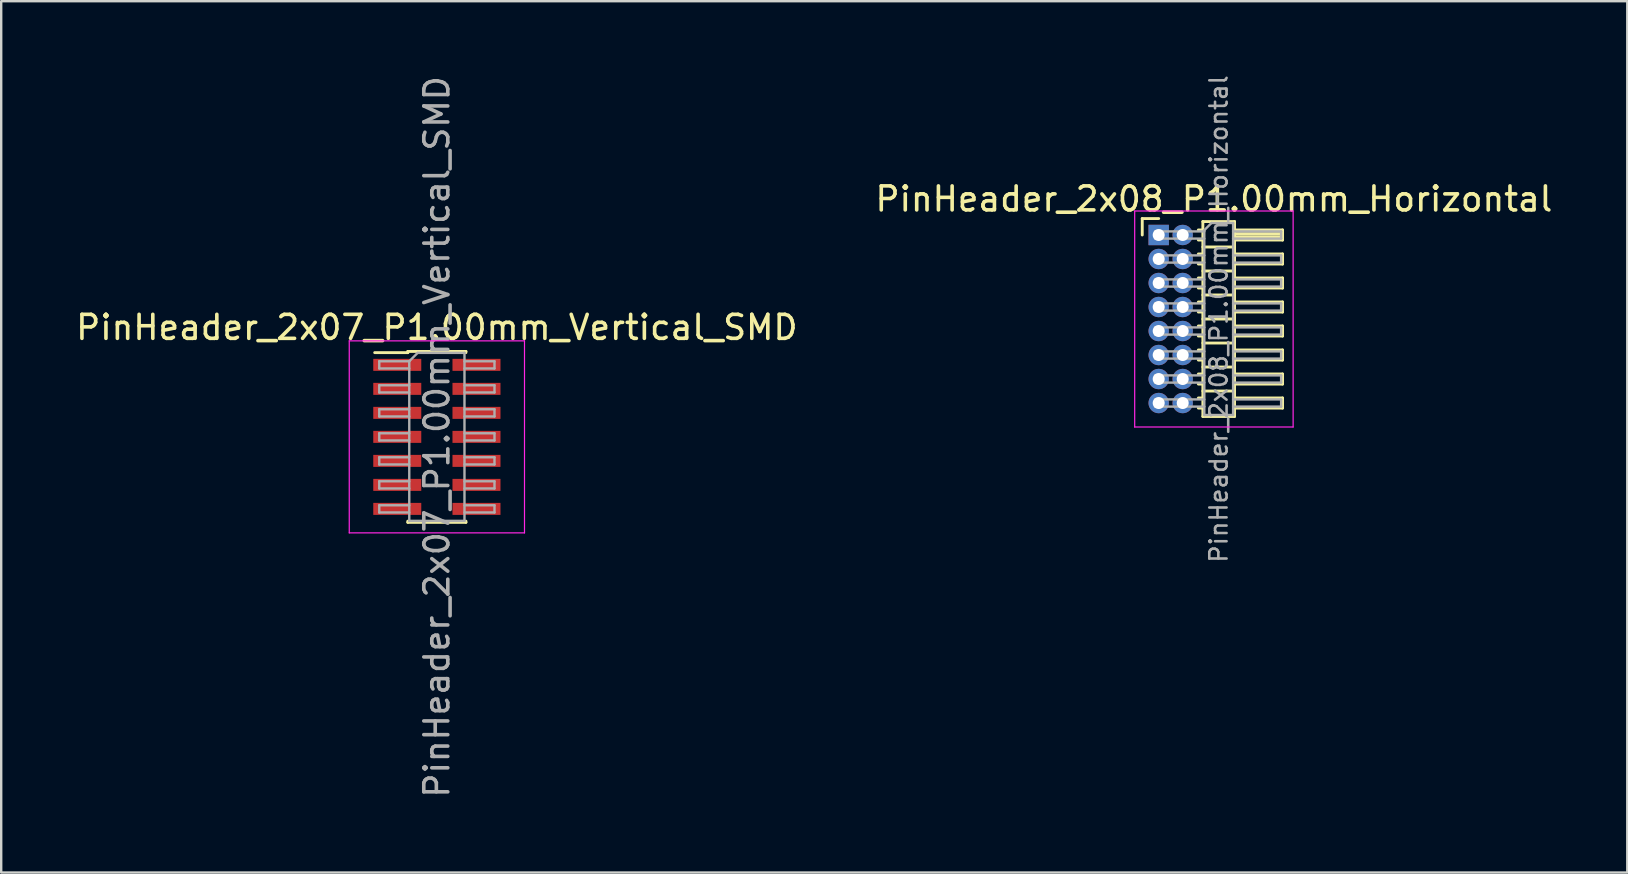
<source format=kicad_pcb>
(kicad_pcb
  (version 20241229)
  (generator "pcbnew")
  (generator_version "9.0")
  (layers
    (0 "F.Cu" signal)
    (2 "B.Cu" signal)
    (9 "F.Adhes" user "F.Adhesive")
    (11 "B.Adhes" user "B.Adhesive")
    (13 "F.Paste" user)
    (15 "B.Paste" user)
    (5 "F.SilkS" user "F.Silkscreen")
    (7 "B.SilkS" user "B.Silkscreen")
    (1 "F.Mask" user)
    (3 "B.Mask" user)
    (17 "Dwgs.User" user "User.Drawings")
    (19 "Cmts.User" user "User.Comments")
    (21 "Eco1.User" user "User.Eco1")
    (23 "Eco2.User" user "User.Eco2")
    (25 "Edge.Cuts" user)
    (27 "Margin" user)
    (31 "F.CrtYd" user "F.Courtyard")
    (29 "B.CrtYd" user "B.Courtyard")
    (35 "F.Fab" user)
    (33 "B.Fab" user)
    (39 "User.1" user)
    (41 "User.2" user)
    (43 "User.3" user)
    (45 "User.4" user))
  (footprint "PinHeader_2x07_P1.00mm_Vertical_SMD"
    (layer "F.Cu")
    (at 15.149 15.149)
    (property "Reference" "PinHeader_2x07_P1.00mm_Vertical_SMD" (at 0 -4.56 0) (layer "F.SilkS") (effects (font (size 1 1) (thickness 0.15))))
    (attr smd)
    (fp_line (start -2.59 -3.51) (end -1.21 -3.51) (stroke (width 0.12) (type solid)) (layer "F.SilkS"))
    (fp_line (start -1.21 -3.56) (end -1.21 -3.51) (stroke (width 0.12) (type solid)) (layer "F.SilkS"))
    (fp_line (start -1.21 -3.56) (end 1.21 -3.56) (stroke (width 0.12) (type solid)) (layer "F.SilkS"))
    (fp_line (start -1.21 3.51) (end -1.21 3.56) (stroke (width 0.12) (type solid)) (layer "F.SilkS"))
    (fp_line (start -1.21 3.56) (end 1.21 3.56) (stroke (width 0.12) (type solid)) (layer "F.SilkS"))
    (fp_line (start 1.21 -3.56) (end 1.21 -3.51) (stroke (width 0.12) (type solid)) (layer "F.SilkS"))
    (fp_line (start 1.21 3.51) (end 1.21 3.56) (stroke (width 0.12) (type solid)) (layer "F.SilkS"))
    (fp_line (start -3.65 -4) (end -3.65 4) (stroke (width 0.05) (type solid)) (layer "F.CrtYd"))
    (fp_line (start -3.65 4) (end 3.65 4) (stroke (width 0.05) (type solid)) (layer "F.CrtYd"))
    (fp_line (start 3.65 -4) (end -3.65 -4) (stroke (width 0.05) (type solid)) (layer "F.CrtYd"))
    (fp_line (start 3.65 4) (end 3.65 -4) (stroke (width 0.05) (type solid)) (layer "F.CrtYd"))
    (fp_line (start -2.4 -3.15) (end -2.4 -2.85) (stroke (width 0.1) (type solid)) (layer "F.Fab"))
    (fp_line (start -2.4 -2.85) (end -1.15 -2.85) (stroke (width 0.1) (type solid)) (layer "F.Fab"))
    (fp_line (start -2.4 -2.15) (end -2.4 -1.85) (stroke (width 0.1) (type solid)) (layer "F.Fab"))
    (fp_line (start -2.4 -1.85) (end -1.15 -1.85) (stroke (width 0.1) (type solid)) (layer "F.Fab"))
    (fp_line (start -2.4 -1.15) (end -2.4 -0.85) (stroke (width 0.1) (type solid)) (layer "F.Fab"))
    (fp_line (start -2.4 -0.85) (end -1.15 -0.85) (stroke (width 0.1) (type solid)) (layer "F.Fab"))
    (fp_line (start -2.4 -0.15) (end -2.4 0.15) (stroke (width 0.1) (type solid)) (layer "F.Fab"))
    (fp_line (start -2.4 0.15) (end -1.15 0.15) (stroke (width 0.1) (type solid)) (layer "F.Fab"))
    (fp_line (start -2.4 0.85) (end -2.4 1.15) (stroke (width 0.1) (type solid)) (layer "F.Fab"))
    (fp_line (start -2.4 1.15) (end -1.15 1.15) (stroke (width 0.1) (type solid)) (layer "F.Fab"))
    (fp_line (start -2.4 1.85) (end -2.4 2.15) (stroke (width 0.1) (type solid)) (layer "F.Fab"))
    (fp_line (start -2.4 2.15) (end -1.15 2.15) (stroke (width 0.1) (type solid)) (layer "F.Fab"))
    (fp_line (start -2.4 2.85) (end -2.4 3.15) (stroke (width 0.1) (type solid)) (layer "F.Fab"))
    (fp_line (start -2.4 3.15) (end -1.15 3.15) (stroke (width 0.1) (type solid)) (layer "F.Fab"))
    (fp_line (start -1.15 -3.15) (end -2.4 -3.15) (stroke (width 0.1) (type solid)) (layer "F.Fab"))
    (fp_line (start -1.15 -3.15) (end -0.8 -3.5) (stroke (width 0.1) (type solid)) (layer "F.Fab"))
    (fp_line (start -1.15 -2.15) (end -2.4 -2.15) (stroke (width 0.1) (type solid)) (layer "F.Fab"))
    (fp_line (start -1.15 -1.15) (end -2.4 -1.15) (stroke (width 0.1) (type solid)) (layer "F.Fab"))
    (fp_line (start -1.15 -0.15) (end -2.4 -0.15) (stroke (width 0.1) (type solid)) (layer "F.Fab"))
    (fp_line (start -1.15 0.85) (end -2.4 0.85) (stroke (width 0.1) (type solid)) (layer "F.Fab"))
    (fp_line (start -1.15 1.85) (end -2.4 1.85) (stroke (width 0.1) (type solid)) (layer "F.Fab"))
    (fp_line (start -1.15 2.85) (end -2.4 2.85) (stroke (width 0.1) (type solid)) (layer "F.Fab"))
    (fp_line (start -1.15 3.5) (end -1.15 -3.15) (stroke (width 0.1) (type solid)) (layer "F.Fab"))
    (fp_line (start -0.8 -3.5) (end 1.15 -3.5) (stroke (width 0.1) (type solid)) (layer "F.Fab"))
    (fp_line (start 1.15 -3.5) (end 1.15 3.5) (stroke (width 0.1) (type solid)) (layer "F.Fab"))
    (fp_line (start 1.15 -3.15) (end 2.4 -3.15) (stroke (width 0.1) (type solid)) (layer "F.Fab"))
    (fp_line (start 1.15 -2.15) (end 2.4 -2.15) (stroke (width 0.1) (type solid)) (layer "F.Fab"))
    (fp_line (start 1.15 -1.15) (end 2.4 -1.15) (stroke (width 0.1) (type solid)) (layer "F.Fab"))
    (fp_line (start 1.15 -0.15) (end 2.4 -0.15) (stroke (width 0.1) (type solid)) (layer "F.Fab"))
    (fp_line (start 1.15 0.85) (end 2.4 0.85) (stroke (width 0.1) (type solid)) (layer "F.Fab"))
    (fp_line (start 1.15 1.85) (end 2.4 1.85) (stroke (width 0.1) (type solid)) (layer "F.Fab"))
    (fp_line (start 1.15 2.85) (end 2.4 2.85) (stroke (width 0.1) (type solid)) (layer "F.Fab"))
    (fp_line (start 1.15 3.5) (end -1.15 3.5) (stroke (width 0.1) (type solid)) (layer "F.Fab"))
    (fp_line (start 2.4 -3.15) (end 2.4 -2.85) (stroke (width 0.1) (type solid)) (layer "F.Fab"))
    (fp_line (start 2.4 -2.85) (end 1.15 -2.85) (stroke (width 0.1) (type solid)) (layer "F.Fab"))
    (fp_line (start 2.4 -2.15) (end 2.4 -1.85) (stroke (width 0.1) (type solid)) (layer "F.Fab"))
    (fp_line (start 2.4 -1.85) (end 1.15 -1.85) (stroke (width 0.1) (type solid)) (layer "F.Fab"))
    (fp_line (start 2.4 -1.15) (end 2.4 -0.85) (stroke (width 0.1) (type solid)) (layer "F.Fab"))
    (fp_line (start 2.4 -0.85) (end 1.15 -0.85) (stroke (width 0.1) (type solid)) (layer "F.Fab"))
    (fp_line (start 2.4 -0.15) (end 2.4 0.15) (stroke (width 0.1) (type solid)) (layer "F.Fab"))
    (fp_line (start 2.4 0.15) (end 1.15 0.15) (stroke (width 0.1) (type solid)) (layer "F.Fab"))
    (fp_line (start 2.4 0.85) (end 2.4 1.15) (stroke (width 0.1) (type solid)) (layer "F.Fab"))
    (fp_line (start 2.4 1.15) (end 1.15 1.15) (stroke (width 0.1) (type solid)) (layer "F.Fab"))
    (fp_line (start 2.4 1.85) (end 2.4 2.15) (stroke (width 0.1) (type solid)) (layer "F.Fab"))
    (fp_line (start 2.4 2.15) (end 1.15 2.15) (stroke (width 0.1) (type solid)) (layer "F.Fab"))
    (fp_line (start 2.4 2.85) (end 2.4 3.15) (stroke (width 0.1) (type solid)) (layer "F.Fab"))
    (fp_line (start 2.4 3.15) (end 1.15 3.15) (stroke (width 0.1) (type solid)) (layer "F.Fab"))
    (fp_text user "${REFERENCE}" (at 0 0 90) (layer "F.Fab") (effects (font (size 1 1) (thickness 0.15))))
    (pad "1" smd rect (at -1.65 -3) (size 2 0.5) (layers "F.Cu" "F.Mask" "F.Paste"))
    (pad "2" smd rect (at 1.65 -3) (size 2 0.5) (layers "F.Cu" "F.Mask" "F.Paste"))
    (pad "3" smd rect (at -1.65 -2) (size 2 0.5) (layers "F.Cu" "F.Mask" "F.Paste"))
    (pad "4" smd rect (at 1.65 -2) (size 2 0.5) (layers "F.Cu" "F.Mask" "F.Paste"))
    (pad "5" smd rect (at -1.65 -1) (size 2 0.5) (layers "F.Cu" "F.Mask" "F.Paste"))
    (pad "6" smd rect (at 1.65 -1) (size 2 0.5) (layers "F.Cu" "F.Mask" "F.Paste"))
    (pad "7" smd rect (at -1.65 0) (size 2 0.5) (layers "F.Cu" "F.Mask" "F.Paste"))
    (pad "8" smd rect (at 1.65 0) (size 2 0.5) (layers "F.Cu" "F.Mask" "F.Paste"))
    (pad "9" smd rect (at -1.65 1) (size 2 0.5) (layers "F.Cu" "F.Mask" "F.Paste"))
    (pad "10" smd rect (at 1.65 1) (size 2 0.5) (layers "F.Cu" "F.Mask" "F.Paste"))
    (pad "11" smd rect (at -1.65 2) (size 2 0.5) (layers "F.Cu" "F.Mask" "F.Paste"))
    (pad "12" smd rect (at 1.65 2) (size 2 0.5) (layers "F.Cu" "F.Mask" "F.Paste"))
    (pad "13" smd rect (at -1.65 3) (size 2 0.5) (layers "F.Cu" "F.Mask" "F.Paste"))
    (pad "14" smd rect (at 1.65 3) (size 2 0.5) (layers "F.Cu" "F.Mask" "F.Paste")))
  (footprint "PinHeader_2x08_P1.00mm_Horizontal"
    (layer "F.Cu")
    (at 45.218 6.739)
    (property "Reference" "PinHeader_2x08_P1.00mm_Horizontal" (at 2.3 -1.5 0) (layer "F.SilkS") (effects (font (size 1 1) (thickness 0.15))))
    (attr through_hole)
    (fp_line (start -0.685 -0.685) (end 0 -0.685) (stroke (width 0.12) (type solid)) (layer "F.SilkS"))
    (fp_line (start -0.685 0) (end -0.685 -0.685) (stroke (width 0.12) (type solid)) (layer "F.SilkS"))
    (fp_line (start 1.652 -0.21) (end 1.84 -0.21) (stroke (width 0.12) (type solid)) (layer "F.SilkS"))
    (fp_line (start 1.652 0.21) (end 1.84 0.21) (stroke (width 0.12) (type solid)) (layer "F.SilkS"))
    (fp_line (start 1.652 0.79) (end 1.84 0.79) (stroke (width 0.12) (type solid)) (layer "F.SilkS"))
    (fp_line (start 1.652 1.21) (end 1.84 1.21) (stroke (width 0.12) (type solid)) (layer "F.SilkS"))
    (fp_line (start 1.652 1.79) (end 1.84 1.79) (stroke (width 0.12) (type solid)) (layer "F.SilkS"))
    (fp_line (start 1.652 2.21) (end 1.84 2.21) (stroke (width 0.12) (type solid)) (layer "F.SilkS"))
    (fp_line (start 1.652 2.79) (end 1.84 2.79) (stroke (width 0.12) (type solid)) (layer "F.SilkS"))
    (fp_line (start 1.652 3.21) (end 1.84 3.21) (stroke (width 0.12) (type solid)) (layer "F.SilkS"))
    (fp_line (start 1.652 3.79) (end 1.84 3.79) (stroke (width 0.12) (type solid)) (layer "F.SilkS"))
    (fp_line (start 1.652 4.21) (end 1.84 4.21) (stroke (width 0.12) (type solid)) (layer "F.SilkS"))
    (fp_line (start 1.652 4.79) (end 1.84 4.79) (stroke (width 0.12) (type solid)) (layer "F.SilkS"))
    (fp_line (start 1.652 5.21) (end 1.84 5.21) (stroke (width 0.12) (type solid)) (layer "F.SilkS"))
    (fp_line (start 1.652 5.79) (end 1.84 5.79) (stroke (width 0.12) (type solid)) (layer "F.SilkS"))
    (fp_line (start 1.652 6.21) (end 1.84 6.21) (stroke (width 0.12) (type solid)) (layer "F.SilkS"))
    (fp_line (start 1.652 6.79) (end 1.84 6.79) (stroke (width 0.12) (type solid)) (layer "F.SilkS"))
    (fp_line (start 1.652 7.21) (end 1.84 7.21) (stroke (width 0.12) (type solid)) (layer "F.SilkS"))
    (fp_line (start 1.84 -0.56) (end 1.84 7.56) (stroke (width 0.12) (type solid)) (layer "F.SilkS"))
    (fp_line (start 1.84 0.5) (end 3.16 0.5) (stroke (width 0.12) (type solid)) (layer "F.SilkS"))
    (fp_line (start 1.84 1.5) (end 3.16 1.5) (stroke (width 0.12) (type solid)) (layer "F.SilkS"))
    (fp_line (start 1.84 2.5) (end 3.16 2.5) (stroke (width 0.12) (type solid)) (layer "F.SilkS"))
    (fp_line (start 1.84 3.5) (end 3.16 3.5) (stroke (width 0.12) (type solid)) (layer "F.SilkS"))
    (fp_line (start 1.84 4.5) (end 3.16 4.5) (stroke (width 0.12) (type solid)) (layer "F.SilkS"))
    (fp_line (start 1.84 5.5) (end 3.16 5.5) (stroke (width 0.12) (type solid)) (layer "F.SilkS"))
    (fp_line (start 1.84 6.5) (end 3.16 6.5) (stroke (width 0.12) (type solid)) (layer "F.SilkS"))
    (fp_line (start 1.84 7.56) (end 3.16 7.56) (stroke (width 0.12) (type solid)) (layer "F.SilkS"))
    (fp_line (start 3.16 -0.56) (end 1.84 -0.56) (stroke (width 0.12) (type solid)) (layer "F.SilkS"))
    (fp_line (start 3.16 -0.21) (end 5.16 -0.21) (stroke (width 0.12) (type solid)) (layer "F.SilkS"))
    (fp_line (start 3.16 -0.15) (end 5.16 -0.15) (stroke (width 0.12) (type solid)) (layer "F.SilkS"))
    (fp_line (start 3.16 -0.03) (end 5.16 -0.03) (stroke (width 0.12) (type solid)) (layer "F.SilkS"))
    (fp_line (start 3.16 0.09) (end 5.16 0.09) (stroke (width 0.12) (type solid)) (layer "F.SilkS"))
    (fp_line (start 3.16 0.79) (end 5.16 0.79) (stroke (width 0.12) (type solid)) (layer "F.SilkS"))
    (fp_line (start 3.16 1.79) (end 5.16 1.79) (stroke (width 0.12) (type solid)) (layer "F.SilkS"))
    (fp_line (start 3.16 2.79) (end 5.16 2.79) (stroke (width 0.12) (type solid)) (layer "F.SilkS"))
    (fp_line (start 3.16 3.79) (end 5.16 3.79) (stroke (width 0.12) (type solid)) (layer "F.SilkS"))
    (fp_line (start 3.16 4.79) (end 5.16 4.79) (stroke (width 0.12) (type solid)) (layer "F.SilkS"))
    (fp_line (start 3.16 5.79) (end 5.16 5.79) (stroke (width 0.12) (type solid)) (layer "F.SilkS"))
    (fp_line (start 3.16 6.79) (end 5.16 6.79) (stroke (width 0.12) (type solid)) (layer "F.SilkS"))
    (fp_line (start 3.16 7.56) (end 3.16 -0.56) (stroke (width 0.12) (type solid)) (layer "F.SilkS"))
    (fp_line (start 5.16 -0.21) (end 5.16 0.21) (stroke (width 0.12) (type solid)) (layer "F.SilkS"))
    (fp_line (start 5.16 0.21) (end 3.16 0.21) (stroke (width 0.12) (type solid)) (layer "F.SilkS"))
    (fp_line (start 5.16 0.79) (end 5.16 1.21) (stroke (width 0.12) (type solid)) (layer "F.SilkS"))
    (fp_line (start 5.16 1.21) (end 3.16 1.21) (stroke (width 0.12) (type solid)) (layer "F.SilkS"))
    (fp_line (start 5.16 1.79) (end 5.16 2.21) (stroke (width 0.12) (type solid)) (layer "F.SilkS"))
    (fp_line (start 5.16 2.21) (end 3.16 2.21) (stroke (width 0.12) (type solid)) (layer "F.SilkS"))
    (fp_line (start 5.16 2.79) (end 5.16 3.21) (stroke (width 0.12) (type solid)) (layer "F.SilkS"))
    (fp_line (start 5.16 3.21) (end 3.16 3.21) (stroke (width 0.12) (type solid)) (layer "F.SilkS"))
    (fp_line (start 5.16 3.79) (end 5.16 4.21) (stroke (width 0.12) (type solid)) (layer "F.SilkS"))
    (fp_line (start 5.16 4.21) (end 3.16 4.21) (stroke (width 0.12) (type solid)) (layer "F.SilkS"))
    (fp_line (start 5.16 4.79) (end 5.16 5.21) (stroke (width 0.12) (type solid)) (layer "F.SilkS"))
    (fp_line (start 5.16 5.21) (end 3.16 5.21) (stroke (width 0.12) (type solid)) (layer "F.SilkS"))
    (fp_line (start 5.16 5.79) (end 5.16 6.21) (stroke (width 0.12) (type solid)) (layer "F.SilkS"))
    (fp_line (start 5.16 6.21) (end 3.16 6.21) (stroke (width 0.12) (type solid)) (layer "F.SilkS"))
    (fp_line (start 5.16 6.79) (end 5.16 7.21) (stroke (width 0.12) (type solid)) (layer "F.SilkS"))
    (fp_line (start 5.16 7.21) (end 3.16 7.21) (stroke (width 0.12) (type solid)) (layer "F.SilkS"))
    (fp_line (start -1 -1) (end -1 8) (stroke (width 0.05) (type solid)) (layer "F.CrtYd"))
    (fp_line (start -1 8) (end 5.6 8) (stroke (width 0.05) (type solid)) (layer "F.CrtYd"))
    (fp_line (start 5.6 -1) (end -1 -1) (stroke (width 0.05) (type solid)) (layer "F.CrtYd"))
    (fp_line (start 5.6 8) (end 5.6 -1) (stroke (width 0.05) (type solid)) (layer "F.CrtYd"))
    (fp_line (start -0.15 -0.15) (end -0.15 0.15) (stroke (width 0.1) (type solid)) (layer "F.Fab"))
    (fp_line (start -0.15 -0.15) (end 1.9 -0.15) (stroke (width 0.1) (type solid)) (layer "F.Fab"))
    (fp_line (start -0.15 0.15) (end 1.9 0.15) (stroke (width 0.1) (type solid)) (layer "F.Fab"))
    (fp_line (start -0.15 0.85) (end -0.15 1.15) (stroke (width 0.1) (type solid)) (layer "F.Fab"))
    (fp_line (start -0.15 0.85) (end 1.9 0.85) (stroke (width 0.1) (type solid)) (layer "F.Fab"))
    (fp_line (start -0.15 1.15) (end 1.9 1.15) (stroke (width 0.1) (type solid)) (layer "F.Fab"))
    (fp_line (start -0.15 1.85) (end -0.15 2.15) (stroke (width 0.1) (type solid)) (layer "F.Fab"))
    (fp_line (start -0.15 1.85) (end 1.9 1.85) (stroke (width 0.1) (type solid)) (layer "F.Fab"))
    (fp_line (start -0.15 2.15) (end 1.9 2.15) (stroke (width 0.1) (type solid)) (layer "F.Fab"))
    (fp_line (start -0.15 2.85) (end -0.15 3.15) (stroke (width 0.1) (type solid)) (layer "F.Fab"))
    (fp_line (start -0.15 2.85) (end 1.9 2.85) (stroke (width 0.1) (type solid)) (layer "F.Fab"))
    (fp_line (start -0.15 3.15) (end 1.9 3.15) (stroke (width 0.1) (type solid)) (layer "F.Fab"))
    (fp_line (start -0.15 3.85) (end -0.15 4.15) (stroke (width 0.1) (type solid)) (layer "F.Fab"))
    (fp_line (start -0.15 3.85) (end 1.9 3.85) (stroke (width 0.1) (type solid)) (layer "F.Fab"))
    (fp_line (start -0.15 4.15) (end 1.9 4.15) (stroke (width 0.1) (type solid)) (layer "F.Fab"))
    (fp_line (start -0.15 4.85) (end -0.15 5.15) (stroke (width 0.1) (type solid)) (layer "F.Fab"))
    (fp_line (start -0.15 4.85) (end 1.9 4.85) (stroke (width 0.1) (type solid)) (layer "F.Fab"))
    (fp_line (start -0.15 5.15) (end 1.9 5.15) (stroke (width 0.1) (type solid)) (layer "F.Fab"))
    (fp_line (start -0.15 5.85) (end -0.15 6.15) (stroke (width 0.1) (type solid)) (layer "F.Fab"))
    (fp_line (start -0.15 5.85) (end 1.9 5.85) (stroke (width 0.1) (type solid)) (layer "F.Fab"))
    (fp_line (start -0.15 6.15) (end 1.9 6.15) (stroke (width 0.1) (type solid)) (layer "F.Fab"))
    (fp_line (start -0.15 6.85) (end -0.15 7.15) (stroke (width 0.1) (type solid)) (layer "F.Fab"))
    (fp_line (start -0.15 6.85) (end 1.9 6.85) (stroke (width 0.1) (type solid)) (layer "F.Fab"))
    (fp_line (start -0.15 7.15) (end 1.9 7.15) (stroke (width 0.1) (type solid)) (layer "F.Fab"))
    (fp_line (start 1.9 -0.2) (end 2.2 -0.5) (stroke (width 0.1) (type solid)) (layer "F.Fab"))
    (fp_line (start 1.9 7.5) (end 1.9 -0.2) (stroke (width 0.1) (type solid)) (layer "F.Fab"))
    (fp_line (start 2.2 -0.5) (end 3.1 -0.5) (stroke (width 0.1) (type solid)) (layer "F.Fab"))
    (fp_line (start 3.1 -0.5) (end 3.1 7.5) (stroke (width 0.1) (type solid)) (layer "F.Fab"))
    (fp_line (start 3.1 -0.15) (end 5.1 -0.15) (stroke (width 0.1) (type solid)) (layer "F.Fab"))
    (fp_line (start 3.1 0.15) (end 5.1 0.15) (stroke (width 0.1) (type solid)) (layer "F.Fab"))
    (fp_line (start 3.1 0.85) (end 5.1 0.85) (stroke (width 0.1) (type solid)) (layer "F.Fab"))
    (fp_line (start 3.1 1.15) (end 5.1 1.15) (stroke (width 0.1) (type solid)) (layer "F.Fab"))
    (fp_line (start 3.1 1.85) (end 5.1 1.85) (stroke (width 0.1) (type solid)) (layer "F.Fab"))
    (fp_line (start 3.1 2.15) (end 5.1 2.15) (stroke (width 0.1) (type solid)) (layer "F.Fab"))
    (fp_line (start 3.1 2.85) (end 5.1 2.85) (stroke (width 0.1) (type solid)) (layer "F.Fab"))
    (fp_line (start 3.1 3.15) (end 5.1 3.15) (stroke (width 0.1) (type solid)) (layer "F.Fab"))
    (fp_line (start 3.1 3.85) (end 5.1 3.85) (stroke (width 0.1) (type solid)) (layer "F.Fab"))
    (fp_line (start 3.1 4.15) (end 5.1 4.15) (stroke (width 0.1) (type solid)) (layer "F.Fab"))
    (fp_line (start 3.1 4.85) (end 5.1 4.85) (stroke (width 0.1) (type solid)) (layer "F.Fab"))
    (fp_line (start 3.1 5.15) (end 5.1 5.15) (stroke (width 0.1) (type solid)) (layer "F.Fab"))
    (fp_line (start 3.1 5.85) (end 5.1 5.85) (stroke (width 0.1) (type solid)) (layer "F.Fab"))
    (fp_line (start 3.1 6.15) (end 5.1 6.15) (stroke (width 0.1) (type solid)) (layer "F.Fab"))
    (fp_line (start 3.1 6.85) (end 5.1 6.85) (stroke (width 0.1) (type solid)) (layer "F.Fab"))
    (fp_line (start 3.1 7.15) (end 5.1 7.15) (stroke (width 0.1) (type solid)) (layer "F.Fab"))
    (fp_line (start 3.1 7.5) (end 1.9 7.5) (stroke (width 0.1) (type solid)) (layer "F.Fab"))
    (fp_line (start 5.1 -0.15) (end 5.1 0.15) (stroke (width 0.1) (type solid)) (layer "F.Fab"))
    (fp_line (start 5.1 0.85) (end 5.1 1.15) (stroke (width 0.1) (type solid)) (layer "F.Fab"))
    (fp_line (start 5.1 1.85) (end 5.1 2.15) (stroke (width 0.1) (type solid)) (layer "F.Fab"))
    (fp_line (start 5.1 2.85) (end 5.1 3.15) (stroke (width 0.1) (type solid)) (layer "F.Fab"))
    (fp_line (start 5.1 3.85) (end 5.1 4.15) (stroke (width 0.1) (type solid)) (layer "F.Fab"))
    (fp_line (start 5.1 4.85) (end 5.1 5.15) (stroke (width 0.1) (type solid)) (layer "F.Fab"))
    (fp_line (start 5.1 5.85) (end 5.1 6.15) (stroke (width 0.1) (type solid)) (layer "F.Fab"))
    (fp_line (start 5.1 6.85) (end 5.1 7.15) (stroke (width 0.1) (type solid)) (layer "F.Fab"))
    (fp_text user "${REFERENCE}" (at 2.5 3.5 90) (layer "F.Fab") (effects (font (size 0.72 0.72) (thickness 0.108))))
    (pad "1" thru_hole rect (at 0 0) (size 0.85 0.85) (drill 0.5) (layers "*.Cu" "*.Mask"))
    (pad "2" thru_hole oval (at 1 0) (size 0.85 0.85) (drill 0.5) (layers "*.Cu" "*.Mask"))
    (pad "3" thru_hole oval (at 0 1) (size 0.85 0.85) (drill 0.5) (layers "*.Cu" "*.Mask"))
    (pad "4" thru_hole oval (at 1 1) (size 0.85 0.85) (drill 0.5) (layers "*.Cu" "*.Mask"))
    (pad "5" thru_hole oval (at 0 2) (size 0.85 0.85) (drill 0.5) (layers "*.Cu" "*.Mask"))
    (pad "6" thru_hole oval (at 1 2) (size 0.85 0.85) (drill 0.5) (layers "*.Cu" "*.Mask"))
    (pad "7" thru_hole oval (at 0 3) (size 0.85 0.85) (drill 0.5) (layers "*.Cu" "*.Mask"))
    (pad "8" thru_hole oval (at 1 3) (size 0.85 0.85) (drill 0.5) (layers "*.Cu" "*.Mask"))
    (pad "9" thru_hole oval (at 0 4) (size 0.85 0.85) (drill 0.5) (layers "*.Cu" "*.Mask"))
    (pad "10" thru_hole oval (at 1 4) (size 0.85 0.85) (drill 0.5) (layers "*.Cu" "*.Mask"))
    (pad "11" thru_hole oval (at 0 5) (size 0.85 0.85) (drill 0.5) (layers "*.Cu" "*.Mask"))
    (pad "12" thru_hole oval (at 1 5) (size 0.85 0.85) (drill 0.5) (layers "*.Cu" "*.Mask"))
    (pad "13" thru_hole oval (at 0 6) (size 0.85 0.85) (drill 0.5) (layers "*.Cu" "*.Mask"))
    (pad "14" thru_hole oval (at 1 6) (size 0.85 0.85) (drill 0.5) (layers "*.Cu" "*.Mask"))
    (pad "15" thru_hole oval (at 0 7) (size 0.85 0.85) (drill 0.5) (layers "*.Cu" "*.Mask"))
    (pad "16" thru_hole oval (at 1 7) (size 0.85 0.85) (drill 0.5) (layers "*.Cu" "*.Mask")))
  (gr_rect
    (start -3 -3)
    (end 64.738 33.298)
    (stroke (width 0.1) (type default))
    (fill no)
    (layer "Edge.Cuts")))
</source>
